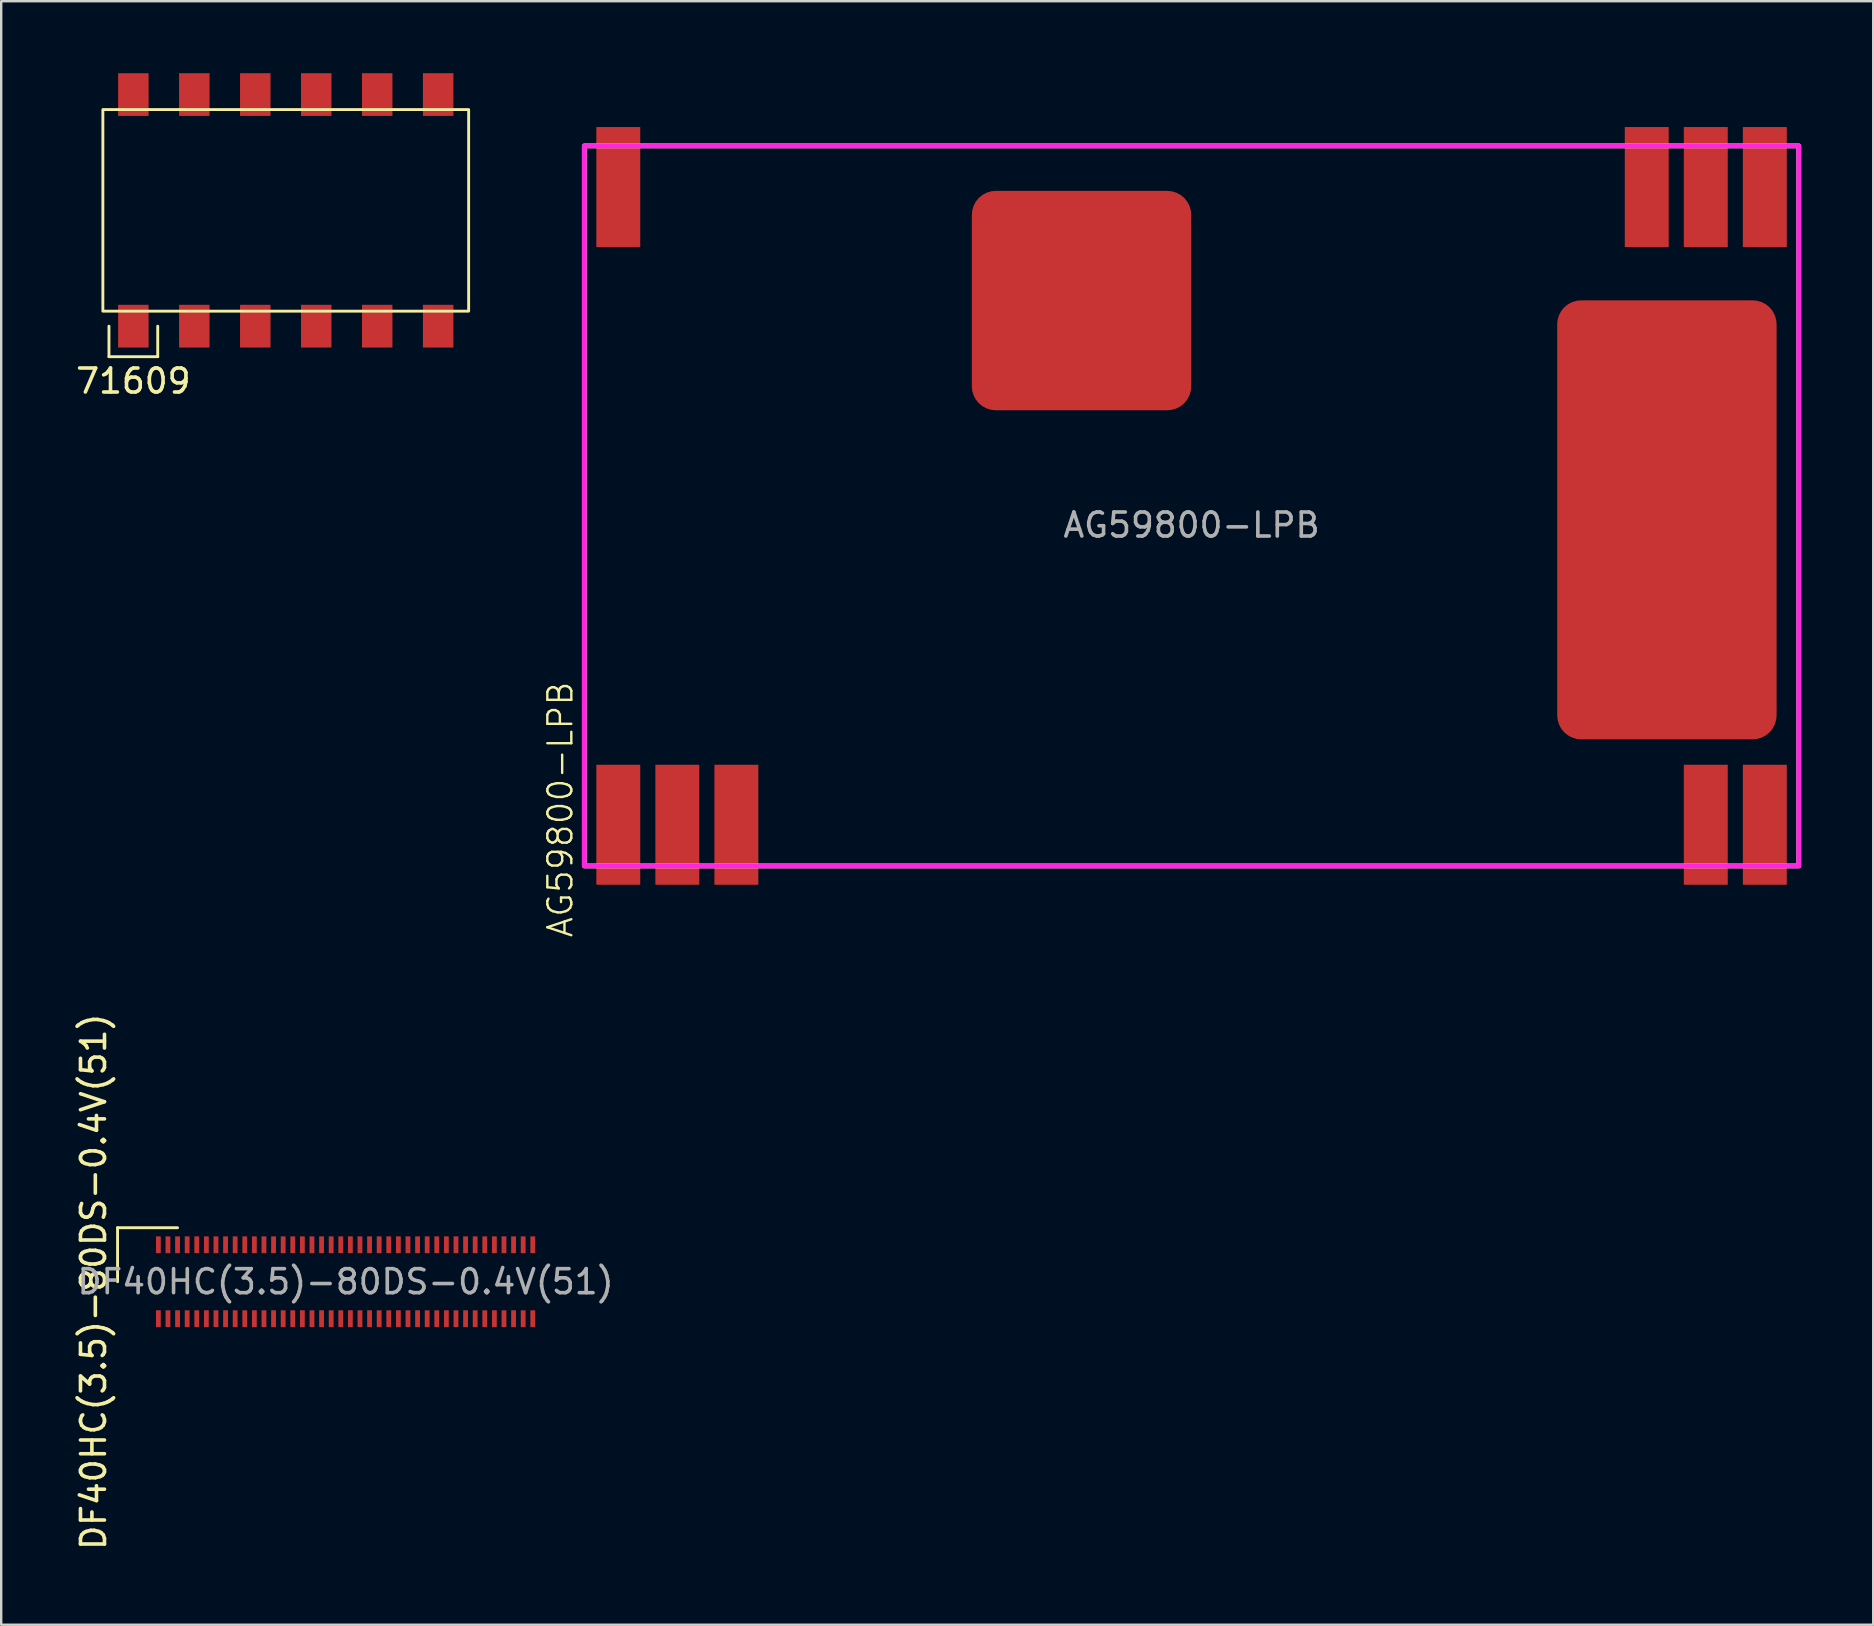
<source format=kicad_pcb>
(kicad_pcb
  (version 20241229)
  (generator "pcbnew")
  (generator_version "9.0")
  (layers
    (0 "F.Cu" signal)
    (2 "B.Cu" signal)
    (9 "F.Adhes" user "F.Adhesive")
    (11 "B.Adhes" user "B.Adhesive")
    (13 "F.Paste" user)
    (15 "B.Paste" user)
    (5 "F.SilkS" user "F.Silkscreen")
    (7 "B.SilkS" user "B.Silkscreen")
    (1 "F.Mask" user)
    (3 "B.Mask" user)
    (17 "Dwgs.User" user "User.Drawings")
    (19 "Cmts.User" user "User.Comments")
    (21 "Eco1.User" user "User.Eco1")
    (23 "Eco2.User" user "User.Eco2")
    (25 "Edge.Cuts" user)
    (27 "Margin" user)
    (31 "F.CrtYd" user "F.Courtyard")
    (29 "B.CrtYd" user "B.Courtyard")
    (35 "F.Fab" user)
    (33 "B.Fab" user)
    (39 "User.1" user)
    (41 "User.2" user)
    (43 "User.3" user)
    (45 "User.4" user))
  (footprint "71609"
    (layer "F.Cu")
    (at 8.856 5.715)
    (property "Reference" "71609" (at -6.35 7.112 0) (unlocked yes) (layer "F.SilkS") (effects (font (size 1 1) (thickness 0.15))))
    (attr smd)
    (fp_line (start -7.366 6.096) (end -7.366 4.826) (stroke (width 0.12) (type solid)) (layer "F.SilkS"))
    (fp_line (start -5.334 4.826) (end -5.334 6.096) (stroke (width 0.12) (type solid)) (layer "F.SilkS"))
    (fp_line (start -5.334 6.096) (end -7.366 6.096) (stroke (width 0.12) (type solid)) (layer "F.SilkS"))
    (fp_rect (start 7.62 -4.2) (end -7.62 4.2) (stroke (width 0.12) (type solid)) (fill no) (layer "F.SilkS"))
    (pad "1" smd trapezoid (at -6.35 4.825) (size 1.27 1.78) (layers "F.Cu" "F.Mask" "F.Paste"))
    (pad "2" smd trapezoid (at -6.35 -4.825) (size 1.27 1.78) (layers "F.Cu" "F.Mask" "F.Paste"))
    (pad "3" smd trapezoid (at -3.81 4.825) (size 1.27 1.78) (layers "F.Cu" "F.Mask" "F.Paste"))
    (pad "4" smd trapezoid (at -3.81 -4.825) (size 1.27 1.78) (layers "F.Cu" "F.Mask" "F.Paste"))
    (pad "5" smd trapezoid (at -1.27 4.825) (size 1.27 1.78) (layers "F.Cu" "F.Mask" "F.Paste"))
    (pad "6" smd trapezoid (at -1.27 -4.825) (size 1.27 1.78) (layers "F.Cu" "F.Mask" "F.Paste"))
    (pad "7" smd trapezoid (at 1.27 4.825) (size 1.27 1.78) (layers "F.Cu" "F.Mask" "F.Paste"))
    (pad "8" smd trapezoid (at 1.27 -4.825) (size 1.27 1.78) (layers "F.Cu" "F.Mask" "F.Paste"))
    (pad "9" smd trapezoid (at 3.81 4.825) (size 1.27 1.78) (layers "F.Cu" "F.Mask" "F.Paste"))
    (pad "10" smd trapezoid (at 3.81 -4.825) (size 1.27 1.78) (layers "F.Cu" "F.Mask" "F.Paste"))
    (pad "11" smd trapezoid (at 6.35 4.825) (size 1.27 1.78) (layers "F.Cu" "F.Mask" "F.Paste"))
    (pad "12" smd trapezoid (at 6.35 -4.825) (size 1.27 1.78) (layers "F.Cu" "F.Mask" "F.Paste")))
  (footprint "DF40HC(3.5)-80DS-0.4V(51)"
    (layer "F.Cu")
    (at 11.348 50.353)
    (property "Reference" "DF40HC(3.5)-80DS-0.4V(51)" (at -10.5 0 90) (layer "F.SilkS") (effects (font (size 1 1) (thickness 0.15))))
    (attr smd)
    (fp_line (start -9.5 -2.25) (end -7 -2.25) (stroke (width 0.12) (type solid)) (layer "F.SilkS"))
    (fp_line (start -9.5 0) (end -9.5 -2.25) (stroke (width 0.12) (type solid)) (layer "F.SilkS"))
    (fp_text user "${REFERENCE}" (at 0 0 0) (layer "F.Fab") (effects (font (size 1 1) (thickness 0.15))))
    (pad "1" smd rect (at -7.8 -1.54) (size 0.2 0.7) (layers "F.Cu" "F.Mask" "F.Paste"))
    (pad "2" smd rect (at -7.8 1.54) (size 0.2 0.7) (layers "F.Cu" "F.Mask" "F.Paste"))
    (pad "3" smd rect (at -7.4 -1.54) (size 0.2 0.7) (layers "F.Cu" "F.Mask" "F.Paste"))
    (pad "4" smd rect (at -7.4 1.54) (size 0.2 0.7) (layers "F.Cu" "F.Mask" "F.Paste"))
    (pad "5" smd rect (at -7 -1.54) (size 0.2 0.7) (layers "F.Cu" "F.Mask" "F.Paste"))
    (pad "6" smd rect (at -7 1.54) (size 0.2 0.7) (layers "F.Cu" "F.Mask" "F.Paste"))
    (pad "7" smd rect (at -6.6 -1.54) (size 0.2 0.7) (layers "F.Cu" "F.Mask" "F.Paste"))
    (pad "8" smd rect (at -6.6 1.54) (size 0.2 0.7) (layers "F.Cu" "F.Mask" "F.Paste"))
    (pad "9" smd rect (at -6.2 -1.54) (size 0.2 0.7) (layers "F.Cu" "F.Mask" "F.Paste"))
    (pad "10" smd rect (at -6.2 1.54) (size 0.2 0.7) (layers "F.Cu" "F.Mask" "F.Paste"))
    (pad "11" smd rect (at -5.8 -1.54) (size 0.2 0.7) (layers "F.Cu" "F.Mask" "F.Paste"))
    (pad "12" smd rect (at -5.8 1.54) (size 0.2 0.7) (layers "F.Cu" "F.Mask" "F.Paste"))
    (pad "13" smd rect (at -5.4 -1.54) (size 0.2 0.7) (layers "F.Cu" "F.Mask" "F.Paste"))
    (pad "14" smd rect (at -5.4 1.54) (size 0.2 0.7) (layers "F.Cu" "F.Mask" "F.Paste"))
    (pad "15" smd rect (at -5 -1.54) (size 0.2 0.7) (layers "F.Cu" "F.Mask" "F.Paste"))
    (pad "16" smd rect (at -5 1.54) (size 0.2 0.7) (layers "F.Cu" "F.Mask" "F.Paste"))
    (pad "17" smd rect (at -4.6 -1.54) (size 0.2 0.7) (layers "F.Cu" "F.Mask" "F.Paste"))
    (pad "18" smd rect (at -4.6 1.54) (size 0.2 0.7) (layers "F.Cu" "F.Mask" "F.Paste"))
    (pad "19" smd rect (at -4.2 -1.54) (size 0.2 0.7) (layers "F.Cu" "F.Mask" "F.Paste"))
    (pad "20" smd rect (at -4.2 1.54) (size 0.2 0.7) (layers "F.Cu" "F.Mask" "F.Paste"))
    (pad "21" smd rect (at -3.8 -1.54) (size 0.2 0.7) (layers "F.Cu" "F.Mask" "F.Paste"))
    (pad "22" smd rect (at -3.8 1.54) (size 0.2 0.7) (layers "F.Cu" "F.Mask" "F.Paste"))
    (pad "23" smd rect (at -3.4 -1.54) (size 0.2 0.7) (layers "F.Cu" "F.Mask" "F.Paste"))
    (pad "24" smd rect (at -3.4 1.54) (size 0.2 0.7) (layers "F.Cu" "F.Mask" "F.Paste"))
    (pad "25" smd rect (at -3 -1.54) (size 0.2 0.7) (layers "F.Cu" "F.Mask" "F.Paste"))
    (pad "26" smd rect (at -3 1.54) (size 0.2 0.7) (layers "F.Cu" "F.Mask" "F.Paste"))
    (pad "27" smd rect (at -2.6 -1.54) (size 0.2 0.7) (layers "F.Cu" "F.Mask" "F.Paste"))
    (pad "28" smd rect (at -2.6 1.54) (size 0.2 0.7) (layers "F.Cu" "F.Mask" "F.Paste"))
    (pad "29" smd rect (at -2.2 -1.54) (size 0.2 0.7) (layers "F.Cu" "F.Mask" "F.Paste"))
    (pad "30" smd rect (at -2.2 1.54) (size 0.2 0.7) (layers "F.Cu" "F.Mask" "F.Paste"))
    (pad "31" smd rect (at -1.8 -1.54) (size 0.2 0.7) (layers "F.Cu" "F.Mask" "F.Paste"))
    (pad "32" smd rect (at -1.8 1.54) (size 0.2 0.7) (layers "F.Cu" "F.Mask" "F.Paste"))
    (pad "33" smd rect (at -1.4 -1.54) (size 0.2 0.7) (layers "F.Cu" "F.Mask" "F.Paste"))
    (pad "34" smd rect (at -1.4 1.54) (size 0.2 0.7) (layers "F.Cu" "F.Mask" "F.Paste"))
    (pad "35" smd rect (at -1 -1.54) (size 0.2 0.7) (layers "F.Cu" "F.Mask" "F.Paste"))
    (pad "36" smd rect (at -1 1.54) (size 0.2 0.7) (layers "F.Cu" "F.Mask" "F.Paste"))
    (pad "37" smd rect (at -0.6 -1.54) (size 0.2 0.7) (layers "F.Cu" "F.Mask" "F.Paste"))
    (pad "38" smd rect (at -0.6 1.54) (size 0.2 0.7) (layers "F.Cu" "F.Mask" "F.Paste"))
    (pad "39" smd rect (at -0.2 -1.54) (size 0.2 0.7) (layers "F.Cu" "F.Mask" "F.Paste"))
    (pad "40" smd rect (at -0.2 1.54) (size 0.2 0.7) (layers "F.Cu" "F.Mask" "F.Paste"))
    (pad "41" smd rect (at 0.2 -1.54) (size 0.2 0.7) (layers "F.Cu" "F.Mask" "F.Paste"))
    (pad "42" smd rect (at 0.2 1.54) (size 0.2 0.7) (layers "F.Cu" "F.Mask" "F.Paste"))
    (pad "43" smd rect (at 0.6 -1.54) (size 0.2 0.7) (layers "F.Cu" "F.Mask" "F.Paste"))
    (pad "44" smd rect (at 0.6 1.54) (size 0.2 0.7) (layers "F.Cu" "F.Mask" "F.Paste"))
    (pad "45" smd rect (at 1 -1.54) (size 0.2 0.7) (layers "F.Cu" "F.Mask" "F.Paste"))
    (pad "46" smd rect (at 1 1.54) (size 0.2 0.7) (layers "F.Cu" "F.Mask" "F.Paste"))
    (pad "47" smd rect (at 1.4 -1.54) (size 0.2 0.7) (layers "F.Cu" "F.Mask" "F.Paste"))
    (pad "48" smd rect (at 1.4 1.54) (size 0.2 0.7) (layers "F.Cu" "F.Mask" "F.Paste"))
    (pad "49" smd rect (at 1.8 -1.54) (size 0.2 0.7) (layers "F.Cu" "F.Mask" "F.Paste"))
    (pad "50" smd rect (at 1.8 1.54) (size 0.2 0.7) (layers "F.Cu" "F.Mask" "F.Paste"))
    (pad "51" smd rect (at 2.2 -1.54) (size 0.2 0.7) (layers "F.Cu" "F.Mask" "F.Paste"))
    (pad "52" smd rect (at 2.2 1.54) (size 0.2 0.7) (layers "F.Cu" "F.Mask" "F.Paste"))
    (pad "53" smd rect (at 2.6 -1.54) (size 0.2 0.7) (layers "F.Cu" "F.Mask" "F.Paste"))
    (pad "54" smd rect (at 2.6 1.54) (size 0.2 0.7) (layers "F.Cu" "F.Mask" "F.Paste"))
    (pad "55" smd rect (at 3 -1.54) (size 0.2 0.7) (layers "F.Cu" "F.Mask" "F.Paste"))
    (pad "56" smd rect (at 3 1.54) (size 0.2 0.7) (layers "F.Cu" "F.Mask" "F.Paste"))
    (pad "57" smd rect (at 3.4 -1.54) (size 0.2 0.7) (layers "F.Cu" "F.Mask" "F.Paste"))
    (pad "58" smd rect (at 3.4 1.54) (size 0.2 0.7) (layers "F.Cu" "F.Mask" "F.Paste"))
    (pad "59" smd rect (at 3.8 -1.54) (size 0.2 0.7) (layers "F.Cu" "F.Mask" "F.Paste"))
    (pad "60" smd rect (at 3.8 1.54) (size 0.2 0.7) (layers "F.Cu" "F.Mask" "F.Paste"))
    (pad "61" smd rect (at 4.2 -1.54) (size 0.2 0.7) (layers "F.Cu" "F.Mask" "F.Paste"))
    (pad "62" smd rect (at 4.2 1.54) (size 0.2 0.7) (layers "F.Cu" "F.Mask" "F.Paste"))
    (pad "63" smd rect (at 4.6 -1.54) (size 0.2 0.7) (layers "F.Cu" "F.Mask" "F.Paste"))
    (pad "64" smd rect (at 4.6 1.54) (size 0.2 0.7) (layers "F.Cu" "F.Mask" "F.Paste"))
    (pad "65" smd rect (at 5 -1.54) (size 0.2 0.7) (layers "F.Cu" "F.Mask" "F.Paste"))
    (pad "66" smd rect (at 5 1.54) (size 0.2 0.7) (layers "F.Cu" "F.Mask" "F.Paste"))
    (pad "67" smd rect (at 5.4 -1.54) (size 0.2 0.7) (layers "F.Cu" "F.Mask" "F.Paste"))
    (pad "68" smd rect (at 5.4 1.54) (size 0.2 0.7) (layers "F.Cu" "F.Mask" "F.Paste"))
    (pad "69" smd rect (at 5.8 -1.54) (size 0.2 0.7) (layers "F.Cu" "F.Mask" "F.Paste"))
    (pad "70" smd rect (at 5.8 1.54) (size 0.2 0.7) (layers "F.Cu" "F.Mask" "F.Paste"))
    (pad "71" smd rect (at 6.2 -1.54) (size 0.2 0.7) (layers "F.Cu" "F.Mask" "F.Paste"))
    (pad "72" smd rect (at 6.2 1.54) (size 0.2 0.7) (layers "F.Cu" "F.Mask" "F.Paste"))
    (pad "73" smd rect (at 6.6 -1.54) (size 0.2 0.7) (layers "F.Cu" "F.Mask" "F.Paste"))
    (pad "74" smd rect (at 6.6 1.54) (size 0.2 0.7) (layers "F.Cu" "F.Mask" "F.Paste"))
    (pad "75" smd rect (at 7 -1.54) (size 0.2 0.7) (layers "F.Cu" "F.Mask" "F.Paste"))
    (pad "76" smd rect (at 7 1.54) (size 0.2 0.7) (layers "F.Cu" "F.Mask" "F.Paste"))
    (pad "77" smd rect (at 7.4 -1.54) (size 0.2 0.7) (layers "F.Cu" "F.Mask" "F.Paste"))
    (pad "78" smd rect (at 7.4 1.54) (size 0.2 0.7) (layers "F.Cu" "F.Mask" "F.Paste"))
    (pad "79" smd rect (at 7.8 -1.54) (size 0.2 0.7) (layers "F.Cu" "F.Mask" "F.Paste"))
    (pad "80" smd rect (at 7.8 1.54) (size 0.2 0.7) (layers "F.Cu" "F.Mask" "F.Paste")))
  (footprint "AG59800-LPB"
    (layer "F.Cu")
    (at 46.596 18.028)
    (property "Reference" "AG59800-LPB" (at -26.3 12.65 90) (unlocked yes) (layer "F.SilkS") (effects (font (size 1 1) (thickness 0.1))))
    (attr smd)
    (fp_rect (start -25.3 -15) (end 25.3 15) (stroke (width 0.2) (type solid)) (fill no) (layer "F.SilkS"))
    (fp_rect (start -25.3 -15) (end 25.3 15) (stroke (width 0.2) (type solid)) (fill no) (layer "F.CrtYd"))
    (fp_text user "${REFERENCE}" (at 0 0.8 0) (unlocked yes) (layer "F.Fab") (effects (font (size 1 1) (thickness 0.15))))
    (pad "1" smd rect (at -23.885 13.285) (size 1.83 5) (layers "F.Cu" "F.Mask" "F.Paste"))
    (pad "2" smd rect (at -21.425 13.285) (size 1.83 5) (layers "F.Cu" "F.Mask" "F.Paste"))
    (pad "3" smd rect (at -18.965 13.285) (size 1.83 5) (layers "F.Cu" "F.Mask" "F.Paste"))
    (pad "4" smd rect (at 21.425 13.285) (size 1.83 5) (layers "F.Cu" "F.Mask" "F.Paste"))
    (pad "5" smd rect (at 23.885 13.285) (size 1.83 5) (layers "F.Cu" "F.Mask" "F.Paste"))
    (pad "6" smd rect (at 23.885 -13.285) (size 1.83 5) (layers "F.Cu" "F.Mask" "F.Paste"))
    (pad "7" smd rect (at 21.425 -13.285) (size 1.83 5) (layers "F.Cu" "F.Mask" "F.Paste"))
    (pad "8" smd rect (at 18.965 -13.285) (size 1.83 5) (layers "F.Cu" "F.Mask" "F.Paste"))
    (pad "9" smd rect (at -23.885 -13.285) (size 1.83 5) (layers "F.Cu" "F.Mask" "F.Paste"))
    (pad "10" smd roundrect (at -4.585 -8.555) (size 9.14 9.14) (layers "F.Cu") (roundrect_rratio 0.109))
    (pad "11" smd roundrect (at 19.805 0.58) (size 9.14 18.29) (layers "F.Cu") (roundrect_rratio 0.109))
    (zone (net_name "") (layers "F.Cu" "B.Cu" "F.Paste" "B.Paste") (name "keepout") (hatch edge 0.5) (connect_pads) (min_thickness 0.25) (filled_areas_thickness no) (keepout (tracks not_allowed) (vias not_allowed) (pads not_allowed) (copperpour not_allowed) (footprints allowed)) (placement (enabled no)) (fill) (polygon (pts (xy 58.596 0) (xy 55.596 0) (xy 55.596 36) (xy 58.596 36)))))
  (gr_rect
    (start -3 -3)
    (end 74.996 64.645)
    (stroke (width 0.1) (type default))
    (fill no)
    (layer "Edge.Cuts")))
</source>
